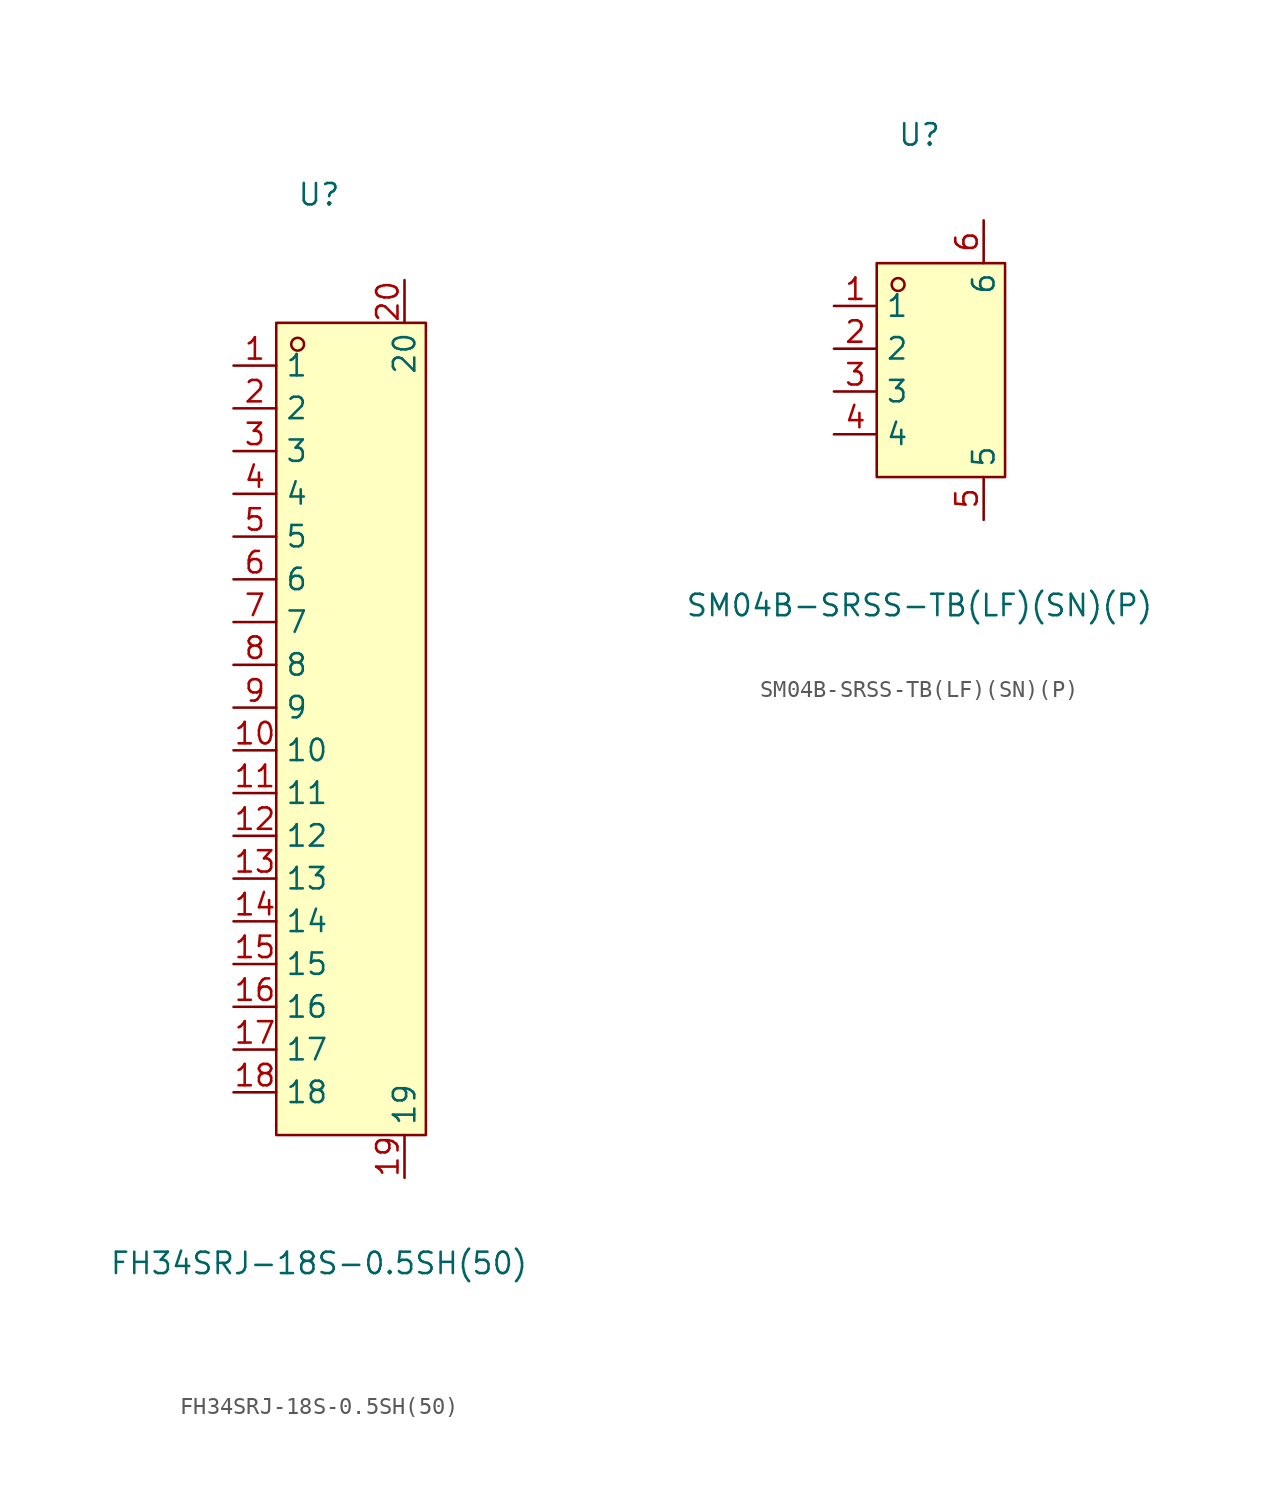
<source format=kicad_sym>
(kicad_symbol_lib
  (version 20211014)
  (generator https://github.com/uPesy/easyeda2kicad.py)
  (symbol "FH34SRJ-18S-0.5SH(50)"
    (property "Reference" "U"
      (at 0 31.75 0)
      (effects (font (size 1.27 1.27))))
    (property "Value" "FH34SRJ-18S-0.5SH(50)"
      (at 0 -31.75 0)
      (effects (font (size 1.27 1.27))))
    (symbol "FH34SRJ-18S-0.5SH(50)_0_1"
      (rectangle (start -2.54 24.13) (end 6.35 -24.13) (stroke (width 0) (type default) (color 0 0 0 0)) (fill (type background)))
      (circle (center -1.27 22.86) (radius 0.38) (stroke (width 0) (type default) (color 0 0 0 0)) (fill (type none)))
      (pin unspecified line (at -5.08 21.59 0) (length 2.54) (name "1" (effects (font (size 1.27 1.27)))) (number "1" (effects (font (size 1.27 1.27)))))
      (pin unspecified line (at -5.08 19.05 0) (length 2.54) (name "2" (effects (font (size 1.27 1.27)))) (number "2" (effects (font (size 1.27 1.27)))))
      (pin unspecified line (at -5.08 16.51 0) (length 2.54) (name "3" (effects (font (size 1.27 1.27)))) (number "3" (effects (font (size 1.27 1.27)))))
      (pin unspecified line (at -5.08 13.97 0) (length 2.54) (name "4" (effects (font (size 1.27 1.27)))) (number "4" (effects (font (size 1.27 1.27)))))
      (pin unspecified line (at -5.08 11.43 0) (length 2.54) (name "5" (effects (font (size 1.27 1.27)))) (number "5" (effects (font (size 1.27 1.27)))))
      (pin unspecified line (at -5.08 8.89 0) (length 2.54) (name "6" (effects (font (size 1.27 1.27)))) (number "6" (effects (font (size 1.27 1.27)))))
      (pin unspecified line (at -5.08 6.35 0) (length 2.54) (name "7" (effects (font (size 1.27 1.27)))) (number "7" (effects (font (size 1.27 1.27)))))
      (pin unspecified line (at -5.08 3.81 0) (length 2.54) (name "8" (effects (font (size 1.27 1.27)))) (number "8" (effects (font (size 1.27 1.27)))))
      (pin unspecified line (at -5.08 1.27 0) (length 2.54) (name "9" (effects (font (size 1.27 1.27)))) (number "9" (effects (font (size 1.27 1.27)))))
      (pin unspecified line (at -5.08 -1.27 0) (length 2.54) (name "10" (effects (font (size 1.27 1.27)))) (number "10" (effects (font (size 1.27 1.27)))))
      (pin unspecified line (at -5.08 -3.81 0) (length 2.54) (name "11" (effects (font (size 1.27 1.27)))) (number "11" (effects (font (size 1.27 1.27)))))
      (pin unspecified line (at -5.08 -6.35 0) (length 2.54) (name "12" (effects (font (size 1.27 1.27)))) (number "12" (effects (font (size 1.27 1.27)))))
      (pin unspecified line (at -5.08 -8.89 0) (length 2.54) (name "13" (effects (font (size 1.27 1.27)))) (number "13" (effects (font (size 1.27 1.27)))))
      (pin unspecified line (at -5.08 -11.43 0) (length 2.54) (name "14" (effects (font (size 1.27 1.27)))) (number "14" (effects (font (size 1.27 1.27)))))
      (pin unspecified line (at -5.08 -13.97 0) (length 2.54) (name "15" (effects (font (size 1.27 1.27)))) (number "15" (effects (font (size 1.27 1.27)))))
      (pin unspecified line (at -5.08 -16.51 0) (length 2.54) (name "16" (effects (font (size 1.27 1.27)))) (number "16" (effects (font (size 1.27 1.27)))))
      (pin unspecified line (at -5.08 -19.05 0) (length 2.54) (name "17" (effects (font (size 1.27 1.27)))) (number "17" (effects (font (size 1.27 1.27)))))
      (pin unspecified line (at -5.08 -21.59 0) (length 2.54) (name "18" (effects (font (size 1.27 1.27)))) (number "18" (effects (font (size 1.27 1.27)))))
      (pin unspecified line (at 5.08 -26.67 90) (length 2.54) (name "19" (effects (font (size 1.27 1.27)))) (number "19" (effects (font (size 1.27 1.27)))))
      (pin unspecified line (at 5.08 26.67 270) (length 2.54) (name "20" (effects (font (size 1.27 1.27)))) (number "20" (effects (font (size 1.27 1.27)))))))
  (symbol "SM04B-SRSS-TB(LF)(SN)(P)"
    (property "Reference" "U"
      (at 0 13.97 0)
      (effects (font (size 1.27 1.27))))
    (property "Value" "SM04B-SRSS-TB(LF)(SN)(P)"
      (at 0 -13.97 0)
      (effects (font (size 1.27 1.27))))
    (symbol "SM04B-SRSS-TB(LF)(SN)(P)_0_1"
      (rectangle (start -2.54 6.35) (end 5.08 -6.35) (stroke (width 0) (type default) (color 0 0 0 0)) (fill (type background)))
      (circle (center -1.27 5.08) (radius 0.38) (stroke (width 0) (type default) (color 0 0 0 0)) (fill (type none)))
      (pin unspecified line (at -5.08 3.81 0) (length 2.54) (name "1" (effects (font (size 1.27 1.27)))) (number "1" (effects (font (size 1.27 1.27)))))
      (pin unspecified line (at -5.08 1.27 0) (length 2.54) (name "2" (effects (font (size 1.27 1.27)))) (number "2" (effects (font (size 1.27 1.27)))))
      (pin unspecified line (at -5.08 -1.27 0) (length 2.54) (name "3" (effects (font (size 1.27 1.27)))) (number "3" (effects (font (size 1.27 1.27)))))
      (pin unspecified line (at -5.08 -3.81 0) (length 2.54) (name "4" (effects (font (size 1.27 1.27)))) (number "4" (effects (font (size 1.27 1.27)))))
      (pin unspecified line (at 3.81 -8.89 90) (length 2.54) (name "5" (effects (font (size 1.27 1.27)))) (number "5" (effects (font (size 1.27 1.27)))))
      (pin unspecified line (at 3.81 8.89 270) (length 2.54) (name "6" (effects (font (size 1.27 1.27)))) (number "6" (effects (font (size 1.27 1.27))))))))
</source>
